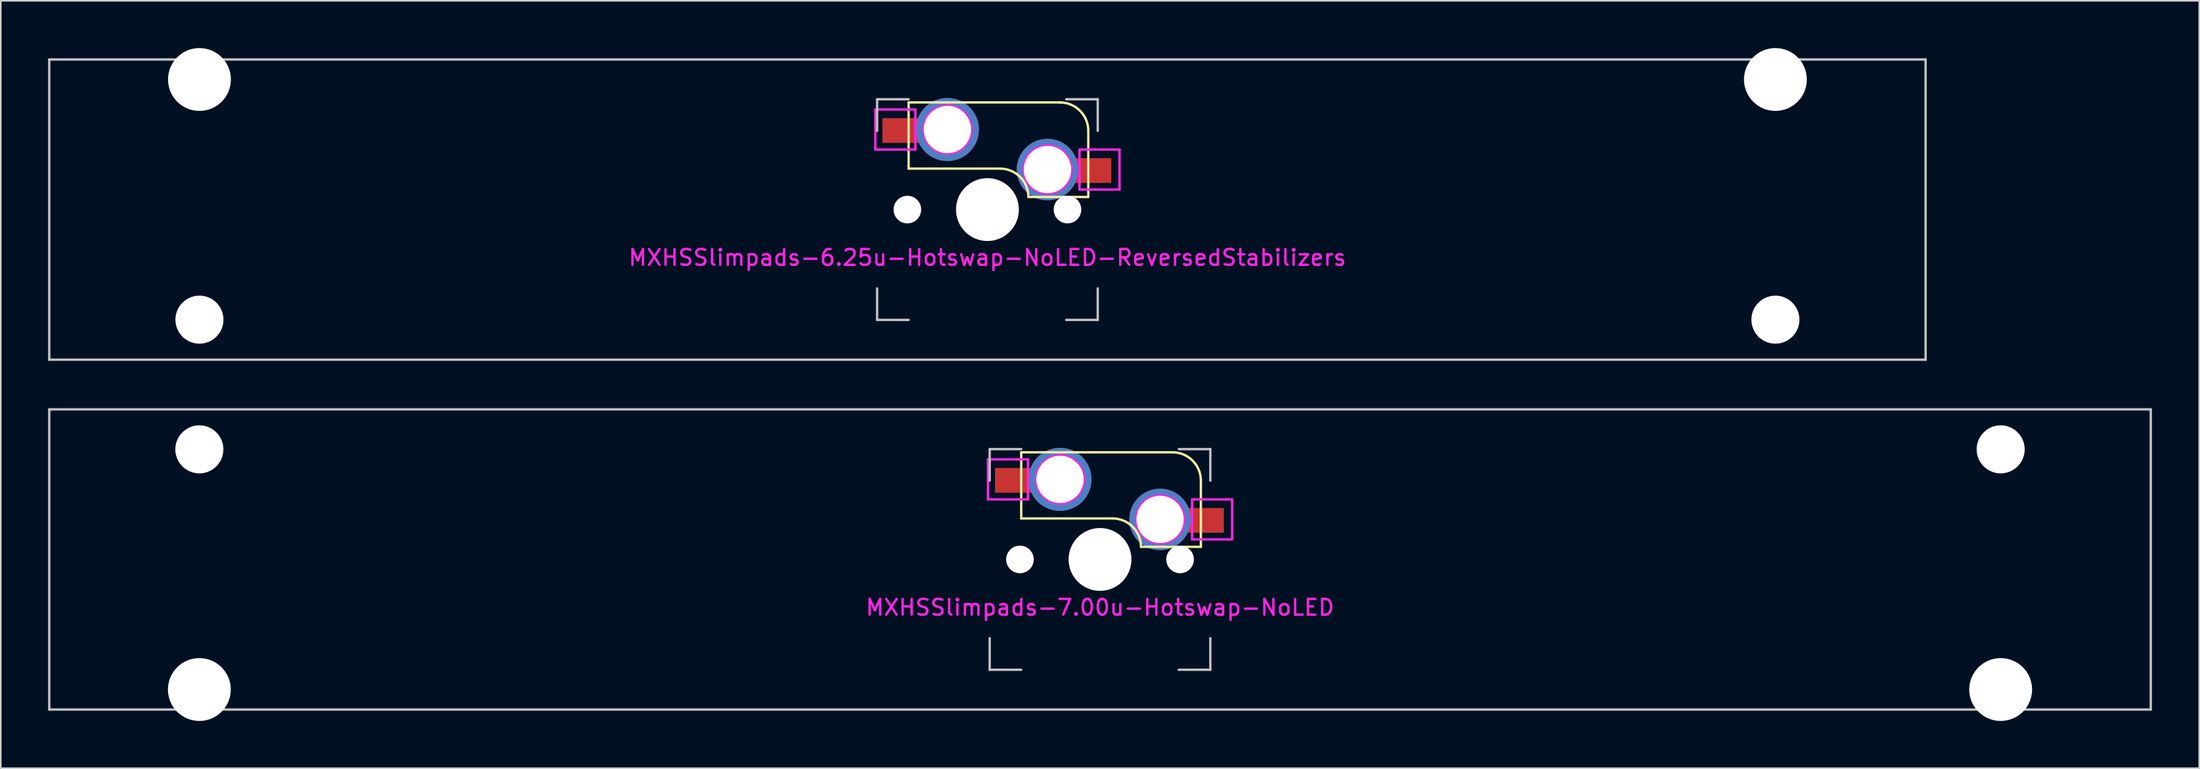
<source format=kicad_pcb>
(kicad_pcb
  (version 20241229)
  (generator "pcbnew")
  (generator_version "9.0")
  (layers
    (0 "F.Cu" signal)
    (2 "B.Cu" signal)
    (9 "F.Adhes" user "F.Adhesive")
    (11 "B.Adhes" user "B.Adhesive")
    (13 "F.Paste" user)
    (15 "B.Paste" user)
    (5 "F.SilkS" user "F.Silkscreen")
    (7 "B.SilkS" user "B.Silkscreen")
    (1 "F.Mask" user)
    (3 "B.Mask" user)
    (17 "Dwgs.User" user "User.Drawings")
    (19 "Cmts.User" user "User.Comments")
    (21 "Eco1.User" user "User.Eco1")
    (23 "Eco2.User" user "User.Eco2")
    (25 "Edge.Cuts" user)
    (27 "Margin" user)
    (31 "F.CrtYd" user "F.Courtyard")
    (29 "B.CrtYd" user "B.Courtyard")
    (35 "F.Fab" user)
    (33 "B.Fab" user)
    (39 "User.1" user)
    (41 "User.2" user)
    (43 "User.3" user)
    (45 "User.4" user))
  (footprint "MXHSSlimpads-6.25u-Hotswap-NoLED-ReversedStabilizers"
    (layer "F.Cu")
    (at 59.606 10.249)
    (property "Reference" "MXHSSlimpads-6.25u-Hotswap-NoLED-ReversedStabilizers" (at 0 3.048 180) (layer "F.CrtYd") (effects (font (size 1 1) (thickness 0.15))))
    (attr smd)
    (fp_line (start -5 -6.8) (end 4.6 -6.8) (stroke (width 0.15) (type solid)) (layer "F.SilkS"))
    (fp_line (start -5 -2.6) (end -5 -6.8) (stroke (width 0.15) (type solid)) (layer "F.SilkS"))
    (fp_line (start 0.8 -2.6) (end -5 -2.6) (stroke (width 0.15) (type solid)) (layer "F.SilkS"))
    (fp_line (start 6.4 -5) (end 6.4 -0.8) (stroke (width 0.15) (type solid)) (layer "F.SilkS"))
    (fp_line (start 6.4 -0.8) (end 2.6 -0.8) (stroke (width 0.15) (type solid)) (layer "F.SilkS"))
    (fp_arc (start 0.8 -2.6) (mid 2.072792 -2.072792) (end 2.6 -0.8) (stroke (width 0.15) (type solid)) (layer "F.SilkS"))
    (fp_arc (start 4.6 -6.8) (mid 5.872792 -6.272792) (end 6.4 -5) (stroke (width 0.15) (type solid)) (layer "F.SilkS"))
    (fp_rect (start -6.604 -5.791) (end -5.156 -4.242) (stroke (width 0.12) (type solid)) (fill yes) (layer "F.Paste"))
    (fp_rect (start 6.553 -3.226) (end 7.798 -1.676) (stroke (width 0.12) (type solid)) (fill yes) (layer "F.Paste"))
    (fp_line (start -59.531 -9.525) (end 59.531 -9.525) (stroke (width 0.15) (type solid)) (layer "Dwgs.User"))
    (fp_line (start -59.531 9.525) (end -59.531 -9.525) (stroke (width 0.15) (type solid)) (layer "Dwgs.User"))
    (fp_line (start -7 -7) (end -7 -5) (stroke (width 0.15) (type solid)) (layer "Dwgs.User"))
    (fp_line (start -7 7) (end -7 5) (stroke (width 0.15) (type solid)) (layer "Dwgs.User"))
    (fp_line (start -5 -7) (end -7 -7) (stroke (width 0.15) (type solid)) (layer "Dwgs.User"))
    (fp_line (start -5 7) (end -7 7) (stroke (width 0.15) (type solid)) (layer "Dwgs.User"))
    (fp_line (start 5 -7) (end 7 -7) (stroke (width 0.15) (type solid)) (layer "Dwgs.User"))
    (fp_line (start 7 -7) (end 7 -5) (stroke (width 0.15) (type solid)) (layer "Dwgs.User"))
    (fp_line (start 7 5) (end 7 7) (stroke (width 0.15) (type solid)) (layer "Dwgs.User"))
    (fp_line (start 7 7) (end 5 7) (stroke (width 0.15) (type solid)) (layer "Dwgs.User"))
    (fp_line (start 59.531 -9.525) (end 59.531 9.525) (stroke (width 0.15) (type solid)) (layer "Dwgs.User"))
    (fp_line (start 59.531 9.525) (end -59.531 9.525) (stroke (width 0.15) (type solid)) (layer "Dwgs.User"))
    (fp_line (start -7.112 -6.35) (end -7.112 -3.81) (stroke (width 0.15) (type solid)) (layer "F.CrtYd"))
    (fp_line (start -7.112 -3.81) (end -4.572 -3.81) (stroke (width 0.15) (type solid)) (layer "F.CrtYd"))
    (fp_line (start -4.572 -6.35) (end -7.112 -6.35) (stroke (width 0.15) (type solid)) (layer "F.CrtYd"))
    (fp_line (start -4.572 -3.81) (end -4.572 -6.35) (stroke (width 0.15) (type solid)) (layer "F.CrtYd"))
    (fp_line (start 5.842 -3.81) (end 5.842 -1.27) (stroke (width 0.15) (type solid)) (layer "F.CrtYd"))
    (fp_line (start 5.842 -1.27) (end 8.382 -1.27) (stroke (width 0.15) (type solid)) (layer "F.CrtYd"))
    (fp_line (start 8.382 -3.81) (end 5.842 -3.81) (stroke (width 0.15) (type solid)) (layer "F.CrtYd"))
    (fp_line (start 8.382 -1.27) (end 8.382 -3.81) (stroke (width 0.15) (type solid)) (layer "F.CrtYd"))
    (fp_circle (center -2.54 -5.08) (end -2.54 -6.604) (stroke (width 0.15) (type solid)) (fill no) (layer "F.CrtYd"))
    (fp_circle (center 3.81 -2.54) (end 3.81 -4.064) (stroke (width 0.15) (type solid)) (fill no) (layer "F.CrtYd"))
    (pad "" np_thru_hole circle (at -50 -8.255) (size 3.988 3.988) (drill 3.988) (layers "*.Cu" "*.Mask"))
    (pad "" np_thru_hole circle (at -50 6.985) (size 3.048 3.048) (drill 3.048) (layers "*.Cu" "*.Mask"))
    (pad "" np_thru_hole circle (at -5.08 0 131.9) (size 1.75 1.75) (drill 1.75) (layers "*.Cu" "*.Mask"))
    (pad "" np_thru_hole circle (at 0 0 180) (size 3.988 3.988) (drill 3.988) (layers "*.Cu" "*.Mask"))
    (pad "" np_thru_hole circle (at 5.08 0 131.9) (size 1.75 1.75) (drill 1.75) (layers "*.Cu" "*.Mask"))
    (pad "" np_thru_hole circle (at 50 -8.255) (size 3.988 3.988) (drill 3.988) (layers "*.Cu" "*.Mask"))
    (pad "" np_thru_hole circle (at 50 6.985) (size 3.048 3.048) (drill 3.048) (layers "*.Cu" "*.Mask"))
    (pad "1" thru_hole circle (at 3.81 -2.54 180) (size 3.9 3.9) (drill 3) (layers "*.Cu"))
    (pad "1" smd rect (at 3.81 -2.54 180) (size 4 1.575) (drill (offset -2.05 -0.062)) (layers "F.Cu" "F.Mask"))
    (pad "2" smd rect (at -2.54 -5.08 180) (size 4 1.575) (drill (offset 2.125 -0.062)) (layers "F.Cu" "F.Mask"))
    (pad "2" thru_hole circle (at -2.54 -5.08 180) (size 4 4) (drill 3) (layers "*.Cu")))
  (footprint "MXHSSlimpads-7.00u-Hotswap-NoLED"
    (layer "F.Cu")
    (at 66.75 32.449)
    (property "Reference" "MXHSSlimpads-7.00u-Hotswap-NoLED" (at 0 3.048 180) (layer "F.CrtYd") (effects (font (size 1 1) (thickness 0.15))))
    (attr smd)
    (fp_line (start -5 -6.8) (end 4.6 -6.8) (stroke (width 0.15) (type solid)) (layer "F.SilkS"))
    (fp_line (start -5 -2.6) (end -5 -6.8) (stroke (width 0.15) (type solid)) (layer "F.SilkS"))
    (fp_line (start 0.8 -2.6) (end -5 -2.6) (stroke (width 0.15) (type solid)) (layer "F.SilkS"))
    (fp_line (start 6.4 -5) (end 6.4 -0.8) (stroke (width 0.15) (type solid)) (layer "F.SilkS"))
    (fp_line (start 6.4 -0.8) (end 2.6 -0.8) (stroke (width 0.15) (type solid)) (layer "F.SilkS"))
    (fp_arc (start 0.8 -2.6) (mid 2.072792 -2.072792) (end 2.6 -0.8) (stroke (width 0.15) (type solid)) (layer "F.SilkS"))
    (fp_arc (start 4.6 -6.8) (mid 5.872792 -6.272792) (end 6.4 -5) (stroke (width 0.15) (type solid)) (layer "F.SilkS"))
    (fp_rect (start -6.604 -5.791) (end -5.156 -4.242) (stroke (width 0.12) (type solid)) (fill yes) (layer "F.Paste"))
    (fp_rect (start 6.553 -3.226) (end 7.798 -1.676) (stroke (width 0.12) (type solid)) (fill yes) (layer "F.Paste"))
    (fp_line (start -66.675 -9.525) (end 66.675 -9.525) (stroke (width 0.15) (type solid)) (layer "Dwgs.User"))
    (fp_line (start -66.675 9.525) (end -66.675 -9.525) (stroke (width 0.15) (type solid)) (layer "Dwgs.User"))
    (fp_line (start -7 -7) (end -7 -5) (stroke (width 0.15) (type solid)) (layer "Dwgs.User"))
    (fp_line (start -7 7) (end -7 5) (stroke (width 0.15) (type solid)) (layer "Dwgs.User"))
    (fp_line (start -5 -7) (end -7 -7) (stroke (width 0.15) (type solid)) (layer "Dwgs.User"))
    (fp_line (start -5 7) (end -7 7) (stroke (width 0.15) (type solid)) (layer "Dwgs.User"))
    (fp_line (start 5 -7) (end 7 -7) (stroke (width 0.15) (type solid)) (layer "Dwgs.User"))
    (fp_line (start 7 -7) (end 7 -5) (stroke (width 0.15) (type solid)) (layer "Dwgs.User"))
    (fp_line (start 7 5) (end 7 7) (stroke (width 0.15) (type solid)) (layer "Dwgs.User"))
    (fp_line (start 7 7) (end 5 7) (stroke (width 0.15) (type solid)) (layer "Dwgs.User"))
    (fp_line (start 66.675 -9.525) (end 66.675 9.525) (stroke (width 0.15) (type solid)) (layer "Dwgs.User"))
    (fp_line (start 66.675 9.525) (end -66.675 9.525) (stroke (width 0.15) (type solid)) (layer "Dwgs.User"))
    (fp_line (start -7.112 -6.35) (end -7.112 -3.81) (stroke (width 0.15) (type solid)) (layer "F.CrtYd"))
    (fp_line (start -7.112 -3.81) (end -4.572 -3.81) (stroke (width 0.15) (type solid)) (layer "F.CrtYd"))
    (fp_line (start -4.572 -6.35) (end -7.112 -6.35) (stroke (width 0.15) (type solid)) (layer "F.CrtYd"))
    (fp_line (start -4.572 -3.81) (end -4.572 -6.35) (stroke (width 0.15) (type solid)) (layer "F.CrtYd"))
    (fp_line (start 5.842 -3.81) (end 5.842 -1.27) (stroke (width 0.15) (type solid)) (layer "F.CrtYd"))
    (fp_line (start 5.842 -1.27) (end 8.382 -1.27) (stroke (width 0.15) (type solid)) (layer "F.CrtYd"))
    (fp_line (start 8.382 -3.81) (end 5.842 -3.81) (stroke (width 0.15) (type solid)) (layer "F.CrtYd"))
    (fp_line (start 8.382 -1.27) (end 8.382 -3.81) (stroke (width 0.15) (type solid)) (layer "F.CrtYd"))
    (fp_circle (center -2.54 -5.08) (end -2.54 -6.604) (stroke (width 0.15) (type solid)) (fill no) (layer "F.CrtYd"))
    (fp_circle (center 3.81 -2.54) (end 3.81 -4.064) (stroke (width 0.15) (type solid)) (fill no) (layer "F.CrtYd"))
    (pad "" np_thru_hole circle (at -57.15 -6.985) (size 3.048 3.048) (drill 3.048) (layers "*.Cu" "*.Mask"))
    (pad "" np_thru_hole circle (at -57.15 8.255) (size 3.988 3.988) (drill 3.988) (layers "*.Cu" "*.Mask"))
    (pad "" np_thru_hole circle (at -5.08 0 131.9) (size 1.75 1.75) (drill 1.75) (layers "*.Cu" "*.Mask"))
    (pad "" np_thru_hole circle (at 0 0 180) (size 3.988 3.988) (drill 3.988) (layers "*.Cu" "*.Mask"))
    (pad "" np_thru_hole circle (at 5.08 0 131.9) (size 1.75 1.75) (drill 1.75) (layers "*.Cu" "*.Mask"))
    (pad "" np_thru_hole circle (at 57.15 -6.985) (size 3.048 3.048) (drill 3.048) (layers "*.Cu" "*.Mask"))
    (pad "" np_thru_hole circle (at 57.15 8.255) (size 3.988 3.988) (drill 3.988) (layers "*.Cu" "*.Mask"))
    (pad "1" thru_hole circle (at 3.81 -2.54 180) (size 3.9 3.9) (drill 3) (layers "*.Cu"))
    (pad "1" smd rect (at 3.81 -2.54 180) (size 4 1.575) (drill (offset -2.05 -0.062)) (layers "F.Cu" "F.Mask"))
    (pad "2" smd rect (at -2.54 -5.08 180) (size 4 1.575) (drill (offset 2.125 -0.062)) (layers "F.Cu" "F.Mask"))
    (pad "2" thru_hole circle (at -2.54 -5.08 180) (size 4 4) (drill 3) (layers "*.Cu")))
  (gr_rect
    (start -3 -3)
    (end 136.5 45.698)
    (stroke (width 0.1) (type default))
    (fill no)
    (layer "Edge.Cuts")))
</source>
